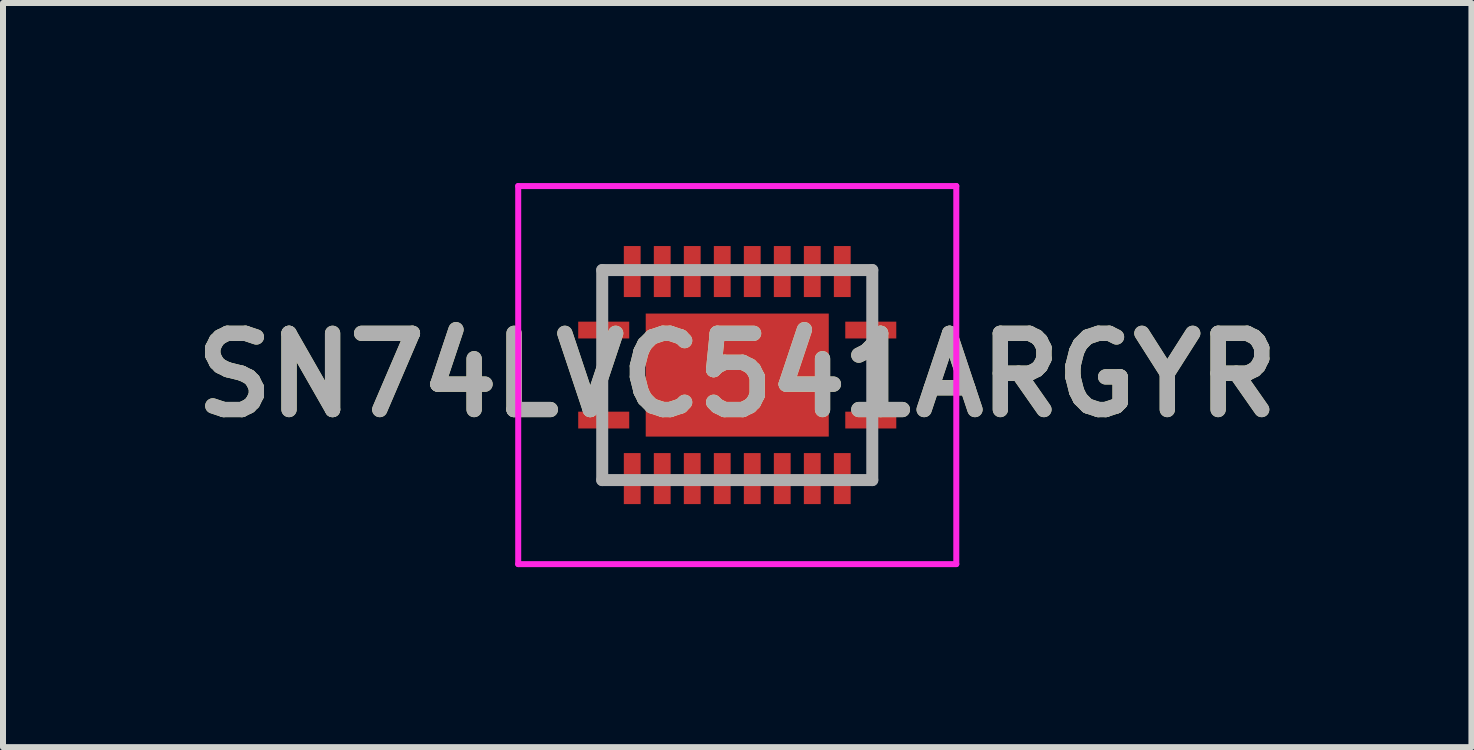
<source format=kicad_pcb>
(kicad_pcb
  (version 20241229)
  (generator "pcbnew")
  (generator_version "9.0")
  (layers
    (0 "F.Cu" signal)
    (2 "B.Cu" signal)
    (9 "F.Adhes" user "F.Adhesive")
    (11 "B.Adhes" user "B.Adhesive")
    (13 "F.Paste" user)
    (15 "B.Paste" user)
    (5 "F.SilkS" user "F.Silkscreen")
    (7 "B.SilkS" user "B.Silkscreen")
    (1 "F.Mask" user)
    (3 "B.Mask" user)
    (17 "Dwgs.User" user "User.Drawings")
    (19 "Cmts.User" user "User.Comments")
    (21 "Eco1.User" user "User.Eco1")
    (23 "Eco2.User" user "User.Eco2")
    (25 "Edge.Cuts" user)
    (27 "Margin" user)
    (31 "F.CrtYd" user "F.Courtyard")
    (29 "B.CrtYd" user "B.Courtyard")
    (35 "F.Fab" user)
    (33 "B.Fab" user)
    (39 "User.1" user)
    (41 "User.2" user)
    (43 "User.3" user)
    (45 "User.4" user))
  (footprint "SN74LVC541ARGYR"
    (layer "F.Cu")
    (at 9.235 3.2)
    (property "Reference" "SN74LVC541ARGYR" (at 0 0 0) (layer "F.SilkS") (effects (font (size 1.27 1.27) (thickness 0.254))))
    (attr smd)
    (fp_line (start -2.25 -1) (end -2.25 -1.75) (stroke (width 0.1) (type solid)) (layer "F.SilkS"))
    (fp_line (start -2.25 -0.4) (end -2.25 0.4) (stroke (width 0.1) (type solid)) (layer "F.SilkS"))
    (fp_line (start -2.25 1) (end -2.25 1.725) (stroke (width 0.1) (type solid)) (layer "F.SilkS"))
    (fp_line (start 2.25 -1.725) (end 2.25 -1.725) (stroke (width 0.1) (type solid)) (layer "F.SilkS"))
    (fp_line (start 2.25 -1) (end 2.25 -1.725) (stroke (width 0.1) (type solid)) (layer "F.SilkS"))
    (fp_line (start 2.25 -0.4) (end 2.25 0.4) (stroke (width 0.1) (type solid)) (layer "F.SilkS"))
    (fp_line (start 2.25 1.725) (end 2.25 1) (stroke (width 0.1) (type solid)) (layer "F.SilkS"))
    (fp_line (start -3.65 -3.15) (end 3.65 -3.15) (stroke (width 0.1) (type solid)) (layer "F.CrtYd"))
    (fp_line (start -3.65 3.15) (end -3.65 -3.15) (stroke (width 0.1) (type solid)) (layer "F.CrtYd"))
    (fp_line (start 3.65 -3.15) (end 3.65 3.15) (stroke (width 0.1) (type solid)) (layer "F.CrtYd"))
    (fp_line (start 3.65 3.15) (end -3.65 3.15) (stroke (width 0.1) (type solid)) (layer "F.CrtYd"))
    (fp_line (start -2.25 -1.75) (end 2.25 -1.75) (stroke (width 0.2) (type solid)) (layer "F.Fab"))
    (fp_line (start -2.25 1.75) (end -2.25 -1.75) (stroke (width 0.2) (type solid)) (layer "F.Fab"))
    (fp_line (start 2.25 -1.75) (end 2.25 1.75) (stroke (width 0.2) (type solid)) (layer "F.Fab"))
    (fp_line (start 2.25 1.75) (end -2.25 1.75) (stroke (width 0.2) (type solid)) (layer "F.Fab"))
    (fp_text user "${REFERENCE}" (at 0 0 0) (layer "F.Fab") (effects (font (size 1.27 1.27) (thickness 0.254))))
    (pad "1" smd rect (at -2.225 0.75 90) (size 0.28 0.85) (layers "F.Cu" "F.Mask" "F.Paste"))
    (pad "2" smd rect (at -1.75 1.725) (size 0.28 0.85) (layers "F.Cu" "F.Mask" "F.Paste"))
    (pad "3" smd rect (at -1.25 1.725) (size 0.28 0.85) (layers "F.Cu" "F.Mask" "F.Paste"))
    (pad "4" smd rect (at -0.75 1.725) (size 0.28 0.85) (layers "F.Cu" "F.Mask" "F.Paste"))
    (pad "5" smd rect (at -0.25 1.725) (size 0.28 0.85) (layers "F.Cu" "F.Mask" "F.Paste"))
    (pad "6" smd rect (at 0.25 1.725) (size 0.28 0.85) (layers "F.Cu" "F.Mask" "F.Paste"))
    (pad "7" smd rect (at 0.75 1.725) (size 0.28 0.85) (layers "F.Cu" "F.Mask" "F.Paste"))
    (pad "8" smd rect (at 1.25 1.725) (size 0.28 0.85) (layers "F.Cu" "F.Mask" "F.Paste"))
    (pad "9" smd rect (at 1.75 1.725) (size 0.28 0.85) (layers "F.Cu" "F.Mask" "F.Paste"))
    (pad "10" smd rect (at 2.225 0.75 90) (size 0.28 0.85) (layers "F.Cu" "F.Mask" "F.Paste"))
    (pad "11" smd rect (at 2.225 -0.75 90) (size 0.28 0.85) (layers "F.Cu" "F.Mask" "F.Paste"))
    (pad "12" smd rect (at 1.75 -1.725) (size 0.28 0.85) (layers "F.Cu" "F.Mask" "F.Paste"))
    (pad "13" smd rect (at 1.25 -1.725) (size 0.28 0.85) (layers "F.Cu" "F.Mask" "F.Paste"))
    (pad "14" smd rect (at 0.75 -1.725) (size 0.28 0.85) (layers "F.Cu" "F.Mask" "F.Paste"))
    (pad "15" smd rect (at 0.25 -1.725) (size 0.28 0.85) (layers "F.Cu" "F.Mask" "F.Paste"))
    (pad "16" smd rect (at -0.25 -1.725) (size 0.28 0.85) (layers "F.Cu" "F.Mask" "F.Paste"))
    (pad "17" smd rect (at -0.75 -1.725) (size 0.28 0.85) (layers "F.Cu" "F.Mask" "F.Paste"))
    (pad "18" smd rect (at -1.25 -1.725) (size 0.28 0.85) (layers "F.Cu" "F.Mask" "F.Paste"))
    (pad "19" smd rect (at -1.75 -1.725) (size 0.28 0.85) (layers "F.Cu" "F.Mask" "F.Paste"))
    (pad "20" smd rect (at -2.225 -0.75 90) (size 0.28 0.85) (layers "F.Cu" "F.Mask" "F.Paste"))
    (pad "21" smd rect (at 0 0 90) (size 2.05 3.05) (layers "F.Cu" "F.Mask" "F.Paste")))
  (gr_rect
    (start -3 -3)
    (end 21.469 9.4)
    (stroke (width 0.1) (type default))
    (fill no)
    (layer "Edge.Cuts")))
</source>
